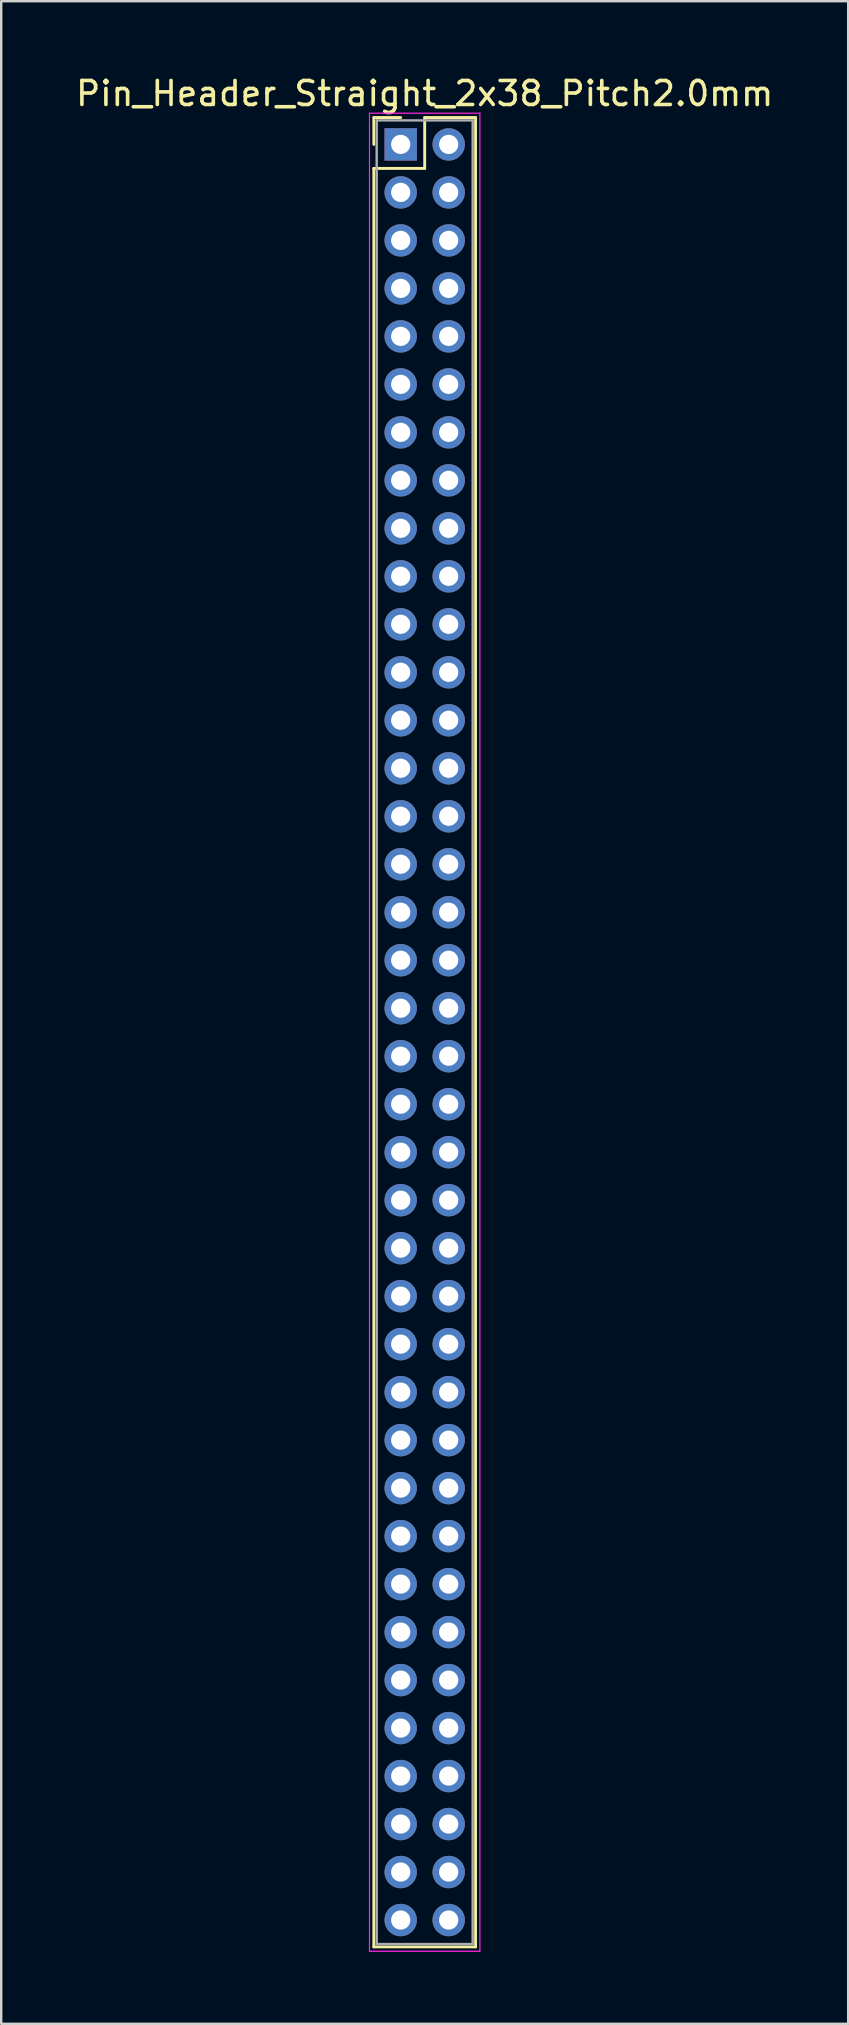
<source format=kicad_pcb>
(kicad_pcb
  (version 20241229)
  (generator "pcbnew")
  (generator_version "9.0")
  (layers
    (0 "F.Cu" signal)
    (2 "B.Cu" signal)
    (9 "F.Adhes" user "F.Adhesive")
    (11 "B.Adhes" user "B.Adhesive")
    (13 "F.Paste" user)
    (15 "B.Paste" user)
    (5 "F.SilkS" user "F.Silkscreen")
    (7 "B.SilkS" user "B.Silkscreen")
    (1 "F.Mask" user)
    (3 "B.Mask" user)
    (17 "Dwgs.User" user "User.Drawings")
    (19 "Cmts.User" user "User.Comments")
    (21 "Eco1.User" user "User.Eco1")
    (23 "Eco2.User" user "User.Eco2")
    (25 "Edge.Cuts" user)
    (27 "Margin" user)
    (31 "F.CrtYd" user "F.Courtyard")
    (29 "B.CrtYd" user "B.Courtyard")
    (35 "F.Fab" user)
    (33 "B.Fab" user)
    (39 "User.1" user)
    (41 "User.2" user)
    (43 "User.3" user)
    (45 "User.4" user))
  (footprint "Pin_Header_Straight_2x38_Pitch2.0mm"
    (layer "F.Cu")
    (at 13.649 2.968)
    (property "Reference" "Pin_Header_Straight_2x38_Pitch2.0mm" (at 1 -2.12 0) (layer "F.SilkS") (effects (font (size 1 1) (thickness 0.15))))
    (attr through_hole)
    (fp_line (start -1.12 -1.12) (end 0 -1.12) (stroke (width 0.12) (type solid)) (layer "F.SilkS"))
    (fp_line (start -1.12 0) (end -1.12 -1.12) (stroke (width 0.12) (type solid)) (layer "F.SilkS"))
    (fp_line (start -1.12 1) (end -1.12 75.12) (stroke (width 0.12) (type solid)) (layer "F.SilkS"))
    (fp_line (start -1.12 75.12) (end 3.12 75.12) (stroke (width 0.12) (type solid)) (layer "F.SilkS"))
    (fp_line (start 1 -1.12) (end 1 1) (stroke (width 0.12) (type solid)) (layer "F.SilkS"))
    (fp_line (start 1 1) (end -1.12 1) (stroke (width 0.12) (type solid)) (layer "F.SilkS"))
    (fp_line (start 3.12 -1.12) (end 1 -1.12) (stroke (width 0.12) (type solid)) (layer "F.SilkS"))
    (fp_line (start 3.12 75.12) (end 3.12 -1.12) (stroke (width 0.12) (type solid)) (layer "F.SilkS"))
    (fp_line (start -1.3 -1.3) (end -1.3 75.3) (stroke (width 0.05) (type solid)) (layer "F.CrtYd"))
    (fp_line (start -1.3 75.3) (end 3.3 75.3) (stroke (width 0.05) (type solid)) (layer "F.CrtYd"))
    (fp_line (start 3.3 -1.3) (end -1.3 -1.3) (stroke (width 0.05) (type solid)) (layer "F.CrtYd"))
    (fp_line (start 3.3 75.3) (end 3.3 -1.3) (stroke (width 0.05) (type solid)) (layer "F.CrtYd"))
    (fp_line (start -1 -1) (end -1 75) (stroke (width 0.1) (type solid)) (layer "F.Fab"))
    (fp_line (start -1 75) (end 3 75) (stroke (width 0.1) (type solid)) (layer "F.Fab"))
    (fp_line (start 3 -1) (end -1 -1) (stroke (width 0.1) (type solid)) (layer "F.Fab"))
    (fp_line (start 3 75) (end 3 -1) (stroke (width 0.1) (type solid)) (layer "F.Fab"))
    (pad "1" thru_hole rect (at 0 0) (size 1.35 1.35) (drill 0.8) (layers "*.Cu" "*.Mask"))
    (pad "2" thru_hole oval (at 2 0) (size 1.35 1.35) (drill 0.8) (layers "*.Cu" "*.Mask"))
    (pad "3" thru_hole oval (at 0 2) (size 1.35 1.35) (drill 0.8) (layers "*.Cu" "*.Mask"))
    (pad "4" thru_hole oval (at 2 2) (size 1.35 1.35) (drill 0.8) (layers "*.Cu" "*.Mask"))
    (pad "5" thru_hole oval (at 0 4) (size 1.35 1.35) (drill 0.8) (layers "*.Cu" "*.Mask"))
    (pad "6" thru_hole oval (at 2 4) (size 1.35 1.35) (drill 0.8) (layers "*.Cu" "*.Mask"))
    (pad "7" thru_hole oval (at 0 6) (size 1.35 1.35) (drill 0.8) (layers "*.Cu" "*.Mask"))
    (pad "8" thru_hole oval (at 2 6) (size 1.35 1.35) (drill 0.8) (layers "*.Cu" "*.Mask"))
    (pad "9" thru_hole oval (at 0 8) (size 1.35 1.35) (drill 0.8) (layers "*.Cu" "*.Mask"))
    (pad "10" thru_hole oval (at 2 8) (size 1.35 1.35) (drill 0.8) (layers "*.Cu" "*.Mask"))
    (pad "11" thru_hole oval (at 0 10) (size 1.35 1.35) (drill 0.8) (layers "*.Cu" "*.Mask"))
    (pad "12" thru_hole oval (at 2 10) (size 1.35 1.35) (drill 0.8) (layers "*.Cu" "*.Mask"))
    (pad "13" thru_hole oval (at 0 12) (size 1.35 1.35) (drill 0.8) (layers "*.Cu" "*.Mask"))
    (pad "14" thru_hole oval (at 2 12) (size 1.35 1.35) (drill 0.8) (layers "*.Cu" "*.Mask"))
    (pad "15" thru_hole oval (at 0 14) (size 1.35 1.35) (drill 0.8) (layers "*.Cu" "*.Mask"))
    (pad "16" thru_hole oval (at 2 14) (size 1.35 1.35) (drill 0.8) (layers "*.Cu" "*.Mask"))
    (pad "17" thru_hole oval (at 0 16) (size 1.35 1.35) (drill 0.8) (layers "*.Cu" "*.Mask"))
    (pad "18" thru_hole oval (at 2 16) (size 1.35 1.35) (drill 0.8) (layers "*.Cu" "*.Mask"))
    (pad "19" thru_hole oval (at 0 18) (size 1.35 1.35) (drill 0.8) (layers "*.Cu" "*.Mask"))
    (pad "20" thru_hole oval (at 2 18) (size 1.35 1.35) (drill 0.8) (layers "*.Cu" "*.Mask"))
    (pad "21" thru_hole oval (at 0 20) (size 1.35 1.35) (drill 0.8) (layers "*.Cu" "*.Mask"))
    (pad "22" thru_hole oval (at 2 20) (size 1.35 1.35) (drill 0.8) (layers "*.Cu" "*.Mask"))
    (pad "23" thru_hole oval (at 0 22) (size 1.35 1.35) (drill 0.8) (layers "*.Cu" "*.Mask"))
    (pad "24" thru_hole oval (at 2 22) (size 1.35 1.35) (drill 0.8) (layers "*.Cu" "*.Mask"))
    (pad "25" thru_hole oval (at 0 24) (size 1.35 1.35) (drill 0.8) (layers "*.Cu" "*.Mask"))
    (pad "26" thru_hole oval (at 2 24) (size 1.35 1.35) (drill 0.8) (layers "*.Cu" "*.Mask"))
    (pad "27" thru_hole oval (at 0 26) (size 1.35 1.35) (drill 0.8) (layers "*.Cu" "*.Mask"))
    (pad "28" thru_hole oval (at 2 26) (size 1.35 1.35) (drill 0.8) (layers "*.Cu" "*.Mask"))
    (pad "29" thru_hole oval (at 0 28) (size 1.35 1.35) (drill 0.8) (layers "*.Cu" "*.Mask"))
    (pad "30" thru_hole oval (at 2 28) (size 1.35 1.35) (drill 0.8) (layers "*.Cu" "*.Mask"))
    (pad "31" thru_hole oval (at 0 30) (size 1.35 1.35) (drill 0.8) (layers "*.Cu" "*.Mask"))
    (pad "32" thru_hole oval (at 2 30) (size 1.35 1.35) (drill 0.8) (layers "*.Cu" "*.Mask"))
    (pad "33" thru_hole oval (at 0 32) (size 1.35 1.35) (drill 0.8) (layers "*.Cu" "*.Mask"))
    (pad "34" thru_hole oval (at 2 32) (size 1.35 1.35) (drill 0.8) (layers "*.Cu" "*.Mask"))
    (pad "35" thru_hole oval (at 0 34) (size 1.35 1.35) (drill 0.8) (layers "*.Cu" "*.Mask"))
    (pad "36" thru_hole oval (at 2 34) (size 1.35 1.35) (drill 0.8) (layers "*.Cu" "*.Mask"))
    (pad "37" thru_hole oval (at 0 36) (size 1.35 1.35) (drill 0.8) (layers "*.Cu" "*.Mask"))
    (pad "38" thru_hole oval (at 2 36) (size 1.35 1.35) (drill 0.8) (layers "*.Cu" "*.Mask"))
    (pad "39" thru_hole oval (at 0 38) (size 1.35 1.35) (drill 0.8) (layers "*.Cu" "*.Mask"))
    (pad "40" thru_hole oval (at 2 38) (size 1.35 1.35) (drill 0.8) (layers "*.Cu" "*.Mask"))
    (pad "41" thru_hole oval (at 0 40) (size 1.35 1.35) (drill 0.8) (layers "*.Cu" "*.Mask"))
    (pad "42" thru_hole oval (at 2 40) (size 1.35 1.35) (drill 0.8) (layers "*.Cu" "*.Mask"))
    (pad "43" thru_hole oval (at 0 42) (size 1.35 1.35) (drill 0.8) (layers "*.Cu" "*.Mask"))
    (pad "44" thru_hole oval (at 2 42) (size 1.35 1.35) (drill 0.8) (layers "*.Cu" "*.Mask"))
    (pad "45" thru_hole oval (at 0 44) (size 1.35 1.35) (drill 0.8) (layers "*.Cu" "*.Mask"))
    (pad "46" thru_hole oval (at 2 44) (size 1.35 1.35) (drill 0.8) (layers "*.Cu" "*.Mask"))
    (pad "47" thru_hole oval (at 0 46) (size 1.35 1.35) (drill 0.8) (layers "*.Cu" "*.Mask"))
    (pad "48" thru_hole oval (at 2 46) (size 1.35 1.35) (drill 0.8) (layers "*.Cu" "*.Mask"))
    (pad "49" thru_hole oval (at 0 48) (size 1.35 1.35) (drill 0.8) (layers "*.Cu" "*.Mask"))
    (pad "50" thru_hole oval (at 2 48) (size 1.35 1.35) (drill 0.8) (layers "*.Cu" "*.Mask"))
    (pad "51" thru_hole oval (at 0 50) (size 1.35 1.35) (drill 0.8) (layers "*.Cu" "*.Mask"))
    (pad "52" thru_hole oval (at 2 50) (size 1.35 1.35) (drill 0.8) (layers "*.Cu" "*.Mask"))
    (pad "53" thru_hole oval (at 0 52) (size 1.35 1.35) (drill 0.8) (layers "*.Cu" "*.Mask"))
    (pad "54" thru_hole oval (at 2 52) (size 1.35 1.35) (drill 0.8) (layers "*.Cu" "*.Mask"))
    (pad "55" thru_hole oval (at 0 54) (size 1.35 1.35) (drill 0.8) (layers "*.Cu" "*.Mask"))
    (pad "56" thru_hole oval (at 2 54) (size 1.35 1.35) (drill 0.8) (layers "*.Cu" "*.Mask"))
    (pad "57" thru_hole oval (at 0 56) (size 1.35 1.35) (drill 0.8) (layers "*.Cu" "*.Mask"))
    (pad "58" thru_hole oval (at 2 56) (size 1.35 1.35) (drill 0.8) (layers "*.Cu" "*.Mask"))
    (pad "59" thru_hole oval (at 0 58) (size 1.35 1.35) (drill 0.8) (layers "*.Cu" "*.Mask"))
    (pad "60" thru_hole oval (at 2 58) (size 1.35 1.35) (drill 0.8) (layers "*.Cu" "*.Mask"))
    (pad "61" thru_hole oval (at 0 60) (size 1.35 1.35) (drill 0.8) (layers "*.Cu" "*.Mask"))
    (pad "62" thru_hole oval (at 2 60) (size 1.35 1.35) (drill 0.8) (layers "*.Cu" "*.Mask"))
    (pad "63" thru_hole oval (at 0 62) (size 1.35 1.35) (drill 0.8) (layers "*.Cu" "*.Mask"))
    (pad "64" thru_hole oval (at 2 62) (size 1.35 1.35) (drill 0.8) (layers "*.Cu" "*.Mask"))
    (pad "65" thru_hole oval (at 0 64) (size 1.35 1.35) (drill 0.8) (layers "*.Cu" "*.Mask"))
    (pad "66" thru_hole oval (at 2 64) (size 1.35 1.35) (drill 0.8) (layers "*.Cu" "*.Mask"))
    (pad "67" thru_hole oval (at 0 66) (size 1.35 1.35) (drill 0.8) (layers "*.Cu" "*.Mask"))
    (pad "68" thru_hole oval (at 2 66) (size 1.35 1.35) (drill 0.8) (layers "*.Cu" "*.Mask"))
    (pad "69" thru_hole oval (at 0 68) (size 1.35 1.35) (drill 0.8) (layers "*.Cu" "*.Mask"))
    (pad "70" thru_hole oval (at 2 68) (size 1.35 1.35) (drill 0.8) (layers "*.Cu" "*.Mask"))
    (pad "71" thru_hole oval (at 0 70) (size 1.35 1.35) (drill 0.8) (layers "*.Cu" "*.Mask"))
    (pad "72" thru_hole oval (at 2 70) (size 1.35 1.35) (drill 0.8) (layers "*.Cu" "*.Mask"))
    (pad "73" thru_hole oval (at 0 72) (size 1.35 1.35) (drill 0.8) (layers "*.Cu" "*.Mask"))
    (pad "74" thru_hole oval (at 2 72) (size 1.35 1.35) (drill 0.8) (layers "*.Cu" "*.Mask"))
    (pad "75" thru_hole oval (at 0 74) (size 1.35 1.35) (drill 0.8) (layers "*.Cu" "*.Mask"))
    (pad "76" thru_hole oval (at 2 74) (size 1.35 1.35) (drill 0.8) (layers "*.Cu" "*.Mask")))
  (gr_rect
    (start -3 -3)
    (end 32.298 81.293)
    (stroke (width 0.1) (type default))
    (fill no)
    (layer "Edge.Cuts")))
</source>
